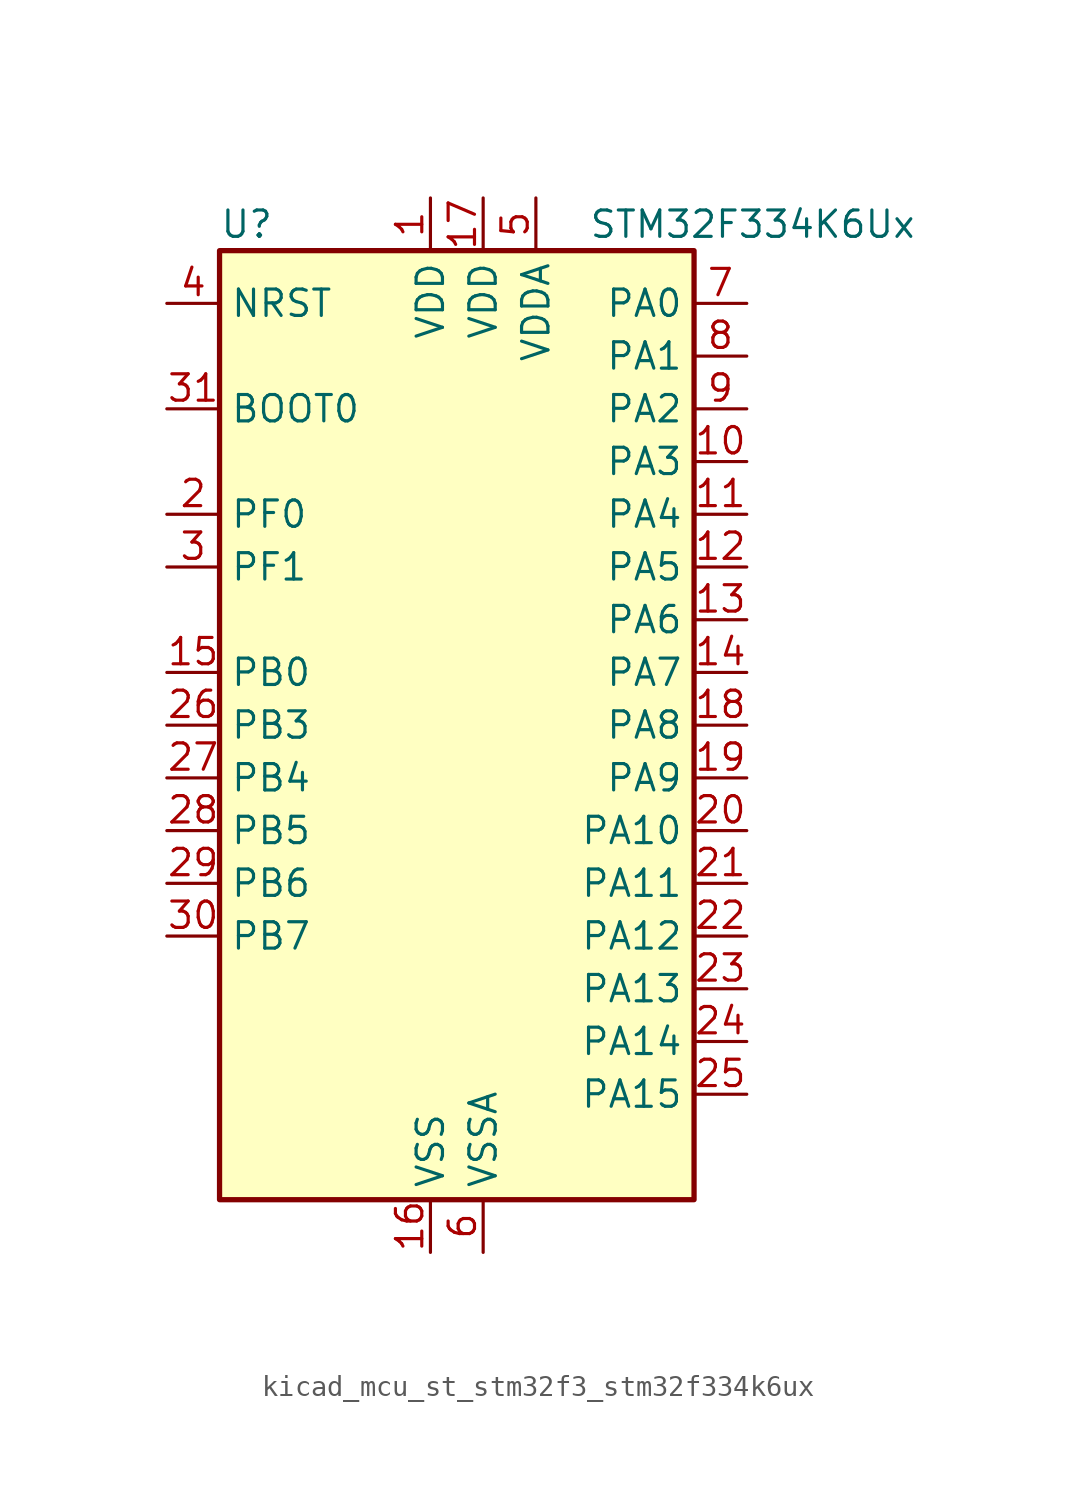
<source format=kicad_sym>
(kicad_symbol_lib
  (version 20220914)
  (generator kicad_symbol_editor)
  (symbol "kicad_mcu_st_stm32f3_stm32f334k6ux"
    (property "Reference" "U"
      (at -10.16 24.13 0)
      (effects (font (size 1.27 1.27)) (justify left)))
    (property "Value" "STM32F334K6Ux"
      (at 7.62 24.13 0)
      (effects (font (size 1.27 1.27)) (justify left)))
    (property "ki_locked" ""
      (at 0 0 0)
      (effects (font (size 1.27 1.27))))
    (symbol "kicad_mcu_st_stm32f3_stm32f334k6ux_0_1"
      (rectangle (start -10.16 -22.86) (end 12.7 22.86) (stroke (width 0.254) (type default)) (fill (type background))))
    (symbol "kicad_mcu_st_stm32f3_stm32f334k6ux_1_1"
      (pin power_in line (at 0 25.4 270) (length 2.54) (name "VDD" (effects (font (size 1.27 1.27)))) (number "1" (effects (font (size 1.27 1.27)))))
      (pin bidirectional line (at 15.24 12.7 180) (length 2.54) (name "PA3" (effects (font (size 1.27 1.27)))) (number "10" (effects (font (size 1.27 1.27)))) (alternate "ADC1_IN4" bidirectional line) (alternate "TIM15_CH2" bidirectional line) (alternate "TIM2_CH4" bidirectional line) (alternate "TSC_G1_IO4" bidirectional line) (alternate "USART2_RX" bidirectional line))
      (pin bidirectional line (at 15.24 10.16 180) (length 2.54) (name "PA4" (effects (font (size 1.27 1.27)))) (number "11" (effects (font (size 1.27 1.27)))) (alternate "ADC2_IN1" bidirectional line) (alternate "COMP2_INM" bidirectional line) (alternate "COMP4_INM" bidirectional line) (alternate "DAC1_OUT1" bidirectional line) (alternate "SPI1_NSS" bidirectional line) (alternate "TIM3_CH2" bidirectional line) (alternate "TSC_G2_IO1" bidirectional line) (alternate "USART2_CK" bidirectional line))
      (pin bidirectional line (at 15.24 7.62 180) (length 2.54) (name "PA5" (effects (font (size 1.27 1.27)))) (number "12" (effects (font (size 1.27 1.27)))) (alternate "ADC2_IN2" bidirectional line) (alternate "DAC1_OUT2" bidirectional line) (alternate "OPAMP2_VINM" bidirectional line) (alternate "OPAMP2_VINM_SEC" bidirectional line) (alternate "SPI1_SCK" bidirectional line) (alternate "TIM2_CH1" bidirectional line) (alternate "TIM2_ETR" bidirectional line) (alternate "TSC_G2_IO2" bidirectional line))
      (pin bidirectional line (at 15.24 5.08 180) (length 2.54) (name "PA6" (effects (font (size 1.27 1.27)))) (number "13" (effects (font (size 1.27 1.27)))) (alternate "ADC2_IN3" bidirectional line) (alternate "DAC2_OUT1" bidirectional line) (alternate "OPAMP2_DIG" bidirectional line) (alternate "OPAMP2_VOUT" bidirectional line) (alternate "SPI1_MISO" bidirectional line) (alternate "TIM16_CH1" bidirectional line) (alternate "TIM1_BKIN" bidirectional line) (alternate "TIM3_CH1" bidirectional line) (alternate "TSC_G2_IO3" bidirectional line))
      (pin bidirectional line (at 15.24 2.54 180) (length 2.54) (name "PA7" (effects (font (size 1.27 1.27)))) (number "14" (effects (font (size 1.27 1.27)))) (alternate "ADC2_IN4" bidirectional line) (alternate "COMP2_INP" bidirectional line) (alternate "OPAMP2_VINP" bidirectional line) (alternate "OPAMP2_VINP_SEC" bidirectional line) (alternate "SPI1_MOSI" bidirectional line) (alternate "TIM17_CH1" bidirectional line) (alternate "TIM1_CH1N" bidirectional line) (alternate "TIM3_CH2" bidirectional line) (alternate "TSC_G2_IO4" bidirectional line))
      (pin bidirectional line (at -12.7 2.54 0) (length 2.54) (name "PB0" (effects (font (size 1.27 1.27)))) (number "15" (effects (font (size 1.27 1.27)))) (alternate "ADC1_IN11" bidirectional line) (alternate "COMP4_INP" bidirectional line) (alternate "OPAMP2_VINP" bidirectional line) (alternate "OPAMP2_VINP_SEC" bidirectional line) (alternate "TIM1_CH2N" bidirectional line) (alternate "TIM3_CH3" bidirectional line) (alternate "TSC_G3_IO2" bidirectional line))
      (pin power_in line (at 0 -25.4 90) (length 2.54) (name "VSS" (effects (font (size 1.27 1.27)))) (number "16" (effects (font (size 1.27 1.27)))))
      (pin power_in line (at 2.54 25.4 270) (length 2.54) (name "VDD" (effects (font (size 1.27 1.27)))) (number "17" (effects (font (size 1.27 1.27)))))
      (pin bidirectional line (at 15.24 0 180) (length 2.54) (name "PA8" (effects (font (size 1.27 1.27)))) (number "18" (effects (font (size 1.27 1.27)))) (alternate "HRTIM1_CHA1" bidirectional line) (alternate "RCC_MCO" bidirectional line) (alternate "TIM1_CH1" bidirectional line) (alternate "USART1_CK" bidirectional line))
      (pin bidirectional line (at 15.24 -2.54 180) (length 2.54) (name "PA9" (effects (font (size 1.27 1.27)))) (number "19" (effects (font (size 1.27 1.27)))) (alternate "DAC1_EXTI9" bidirectional line) (alternate "DAC2_EXTI9" bidirectional line) (alternate "HRTIM1_CHA2" bidirectional line) (alternate "TIM15_BKIN" bidirectional line) (alternate "TIM1_CH2" bidirectional line) (alternate "TIM2_CH3" bidirectional line) (alternate "TSC_G4_IO1" bidirectional line) (alternate "USART1_TX" bidirectional line))
      (pin bidirectional line (at -12.7 10.16 0) (length 2.54) (name "PF0" (effects (font (size 1.27 1.27)))) (number "2" (effects (font (size 1.27 1.27)))) (alternate "RCC_OSC_IN" bidirectional line) (alternate "TIM1_CH3N" bidirectional line))
      (pin bidirectional line (at 15.24 -5.08 180) (length 2.54) (name "PA10" (effects (font (size 1.27 1.27)))) (number "20" (effects (font (size 1.27 1.27)))) (alternate "HRTIM1_CHB1" bidirectional line) (alternate "TIM17_BKIN" bidirectional line) (alternate "TIM1_CH3" bidirectional line) (alternate "TIM2_CH4" bidirectional line) (alternate "TSC_G4_IO2" bidirectional line) (alternate "USART1_RX" bidirectional line))
      (pin bidirectional line (at 15.24 -7.62 180) (length 2.54) (name "PA11" (effects (font (size 1.27 1.27)))) (number "21" (effects (font (size 1.27 1.27)))) (alternate "ADC1_EXTI11" bidirectional line) (alternate "ADC2_EXTI11" bidirectional line) (alternate "CAN_RX" bidirectional line) (alternate "HRTIM1_CHB2" bidirectional line) (alternate "TIM1_BKIN2" bidirectional line) (alternate "TIM1_CH1N" bidirectional line) (alternate "TIM1_CH4" bidirectional line) (alternate "USART1_CTS" bidirectional line))
      (pin bidirectional line (at 15.24 -10.16 180) (length 2.54) (name "PA12" (effects (font (size 1.27 1.27)))) (number "22" (effects (font (size 1.27 1.27)))) (alternate "CAN_TX" bidirectional line) (alternate "COMP2_OUT" bidirectional line) (alternate "HRTIM1_FLT1" bidirectional line) (alternate "TIM16_CH1" bidirectional line) (alternate "TIM1_CH2N" bidirectional line) (alternate "TIM1_ETR" bidirectional line) (alternate "USART1_DE" bidirectional line) (alternate "USART1_RTS" bidirectional line))
      (pin bidirectional line (at 15.24 -12.7 180) (length 2.54) (name "PA13" (effects (font (size 1.27 1.27)))) (number "23" (effects (font (size 1.27 1.27)))) (alternate "IR_OUT" bidirectional line) (alternate "SYS_JTMS-SWDIO" bidirectional line) (alternate "TIM16_CH1N" bidirectional line) (alternate "TSC_G4_IO3" bidirectional line))
      (pin bidirectional line (at 15.24 -15.24 180) (length 2.54) (name "PA14" (effects (font (size 1.27 1.27)))) (number "24" (effects (font (size 1.27 1.27)))) (alternate "I2C1_SDA" bidirectional line) (alternate "SYS_JTCK-SWCLK" bidirectional line) (alternate "TIM1_BKIN" bidirectional line) (alternate "TSC_G4_IO4" bidirectional line) (alternate "USART2_TX" bidirectional line))
      (pin bidirectional line (at 15.24 -17.78 180) (length 2.54) (name "PA15" (effects (font (size 1.27 1.27)))) (number "25" (effects (font (size 1.27 1.27)))) (alternate "ADC1_EXTI15" bidirectional line) (alternate "ADC2_EXTI15" bidirectional line) (alternate "HRTIM1_FLT2" bidirectional line) (alternate "I2C1_SCL" bidirectional line) (alternate "SPI1_NSS" bidirectional line) (alternate "SYS_JTDI" bidirectional line) (alternate "TIM1_BKIN" bidirectional line) (alternate "TIM2_CH1" bidirectional line) (alternate "TIM2_ETR" bidirectional line) (alternate "TSC_SYNC" bidirectional line) (alternate "USART2_RX" bidirectional line))
      (pin bidirectional line (at -12.7 0 0) (length 2.54) (name "PB3" (effects (font (size 1.27 1.27)))) (number "26" (effects (font (size 1.27 1.27)))) (alternate "HRTIM1_EEV9" bidirectional line) (alternate "HRTIM1_SCOUT" bidirectional line) (alternate "SPI1_SCK" bidirectional line) (alternate "SYS_JTDO-TRACESWO" bidirectional line) (alternate "TIM2_CH2" bidirectional line) (alternate "TIM3_ETR" bidirectional line) (alternate "TSC_G5_IO1" bidirectional line) (alternate "USART2_TX" bidirectional line))
      (pin bidirectional line (at -12.7 -2.54 0) (length 2.54) (name "PB4" (effects (font (size 1.27 1.27)))) (number "27" (effects (font (size 1.27 1.27)))) (alternate "HRTIM1_EEV7" bidirectional line) (alternate "SPI1_MISO" bidirectional line) (alternate "SYS_NJTRST" bidirectional line) (alternate "TIM16_CH1" bidirectional line) (alternate "TIM17_BKIN" bidirectional line) (alternate "TIM3_CH1" bidirectional line) (alternate "TSC_G5_IO2" bidirectional line) (alternate "USART2_RX" bidirectional line))
      (pin bidirectional line (at -12.7 -5.08 0) (length 2.54) (name "PB5" (effects (font (size 1.27 1.27)))) (number "28" (effects (font (size 1.27 1.27)))) (alternate "HRTIM1_EEV6" bidirectional line) (alternate "I2C1_SMBA" bidirectional line) (alternate "SPI1_MOSI" bidirectional line) (alternate "TIM16_BKIN" bidirectional line) (alternate "TIM17_CH1" bidirectional line) (alternate "TIM3_CH2" bidirectional line) (alternate "USART2_CK" bidirectional line))
      (pin bidirectional line (at -12.7 -7.62 0) (length 2.54) (name "PB6" (effects (font (size 1.27 1.27)))) (number "29" (effects (font (size 1.27 1.27)))) (alternate "HRTIM1_EEV4" bidirectional line) (alternate "HRTIM1_SCIN" bidirectional line) (alternate "I2C1_SCL" bidirectional line) (alternate "TIM16_CH1N" bidirectional line) (alternate "TSC_G5_IO3" bidirectional line) (alternate "USART1_TX" bidirectional line))
      (pin bidirectional line (at -12.7 7.62 0) (length 2.54) (name "PF1" (effects (font (size 1.27 1.27)))) (number "3" (effects (font (size 1.27 1.27)))) (alternate "RCC_OSC_OUT" bidirectional line))
      (pin bidirectional line (at -12.7 -10.16 0) (length 2.54) (name "PB7" (effects (font (size 1.27 1.27)))) (number "30" (effects (font (size 1.27 1.27)))) (alternate "HRTIM1_EEV3" bidirectional line) (alternate "I2C1_SDA" bidirectional line) (alternate "TIM17_CH1N" bidirectional line) (alternate "TIM3_CH4" bidirectional line) (alternate "TSC_G5_IO4" bidirectional line) (alternate "USART1_RX" bidirectional line))
      (pin input line (at -12.7 15.24 0) (length 2.54) (name "BOOT0" (effects (font (size 1.27 1.27)))) (number "31" (effects (font (size 1.27 1.27)))))
      (pin passive line (at 0 -25.4 90) (length 2.54) hide (name "VSS" (effects (font (size 1.27 1.27)))) (number "32" (effects (font (size 1.27 1.27)))))
      (pin passive line (at 0 -25.4 90) (length 2.54) hide (name "VSS" (effects (font (size 1.27 1.27)))) (number "33" (effects (font (size 1.27 1.27)))))
      (pin input line (at -12.7 20.32 0) (length 2.54) (name "NRST" (effects (font (size 1.27 1.27)))) (number "4" (effects (font (size 1.27 1.27)))))
      (pin power_in line (at 5.08 25.4 270) (length 2.54) (name "VDDA" (effects (font (size 1.27 1.27)))) (number "5" (effects (font (size 1.27 1.27)))))
      (pin power_in line (at 2.54 -25.4 90) (length 2.54) (name "VSSA" (effects (font (size 1.27 1.27)))) (number "6" (effects (font (size 1.27 1.27)))))
      (pin bidirectional line (at 15.24 20.32 180) (length 2.54) (name "PA0" (effects (font (size 1.27 1.27)))) (number "7" (effects (font (size 1.27 1.27)))) (alternate "ADC1_IN1" bidirectional line) (alternate "RTC_TAMP2" bidirectional line) (alternate "SYS_WKUP1" bidirectional line) (alternate "TIM2_CH1" bidirectional line) (alternate "TIM2_ETR" bidirectional line) (alternate "TSC_G1_IO1" bidirectional line) (alternate "USART2_CTS" bidirectional line))
      (pin bidirectional line (at 15.24 17.78 180) (length 2.54) (name "PA1" (effects (font (size 1.27 1.27)))) (number "8" (effects (font (size 1.27 1.27)))) (alternate "ADC1_IN2" bidirectional line) (alternate "RTC_REFIN" bidirectional line) (alternate "TIM15_CH1N" bidirectional line) (alternate "TIM2_CH2" bidirectional line) (alternate "TSC_G1_IO2" bidirectional line) (alternate "USART2_DE" bidirectional line) (alternate "USART2_RTS" bidirectional line))
      (pin bidirectional line (at 15.24 15.24 180) (length 2.54) (name "PA2" (effects (font (size 1.27 1.27)))) (number "9" (effects (font (size 1.27 1.27)))) (alternate "ADC1_IN3" bidirectional line) (alternate "COMP2_INM" bidirectional line) (alternate "COMP2_OUT" bidirectional line) (alternate "TIM15_CH1" bidirectional line) (alternate "TIM2_CH3" bidirectional line) (alternate "TSC_G1_IO3" bidirectional line) (alternate "USART2_TX" bidirectional line)))))
</source>
